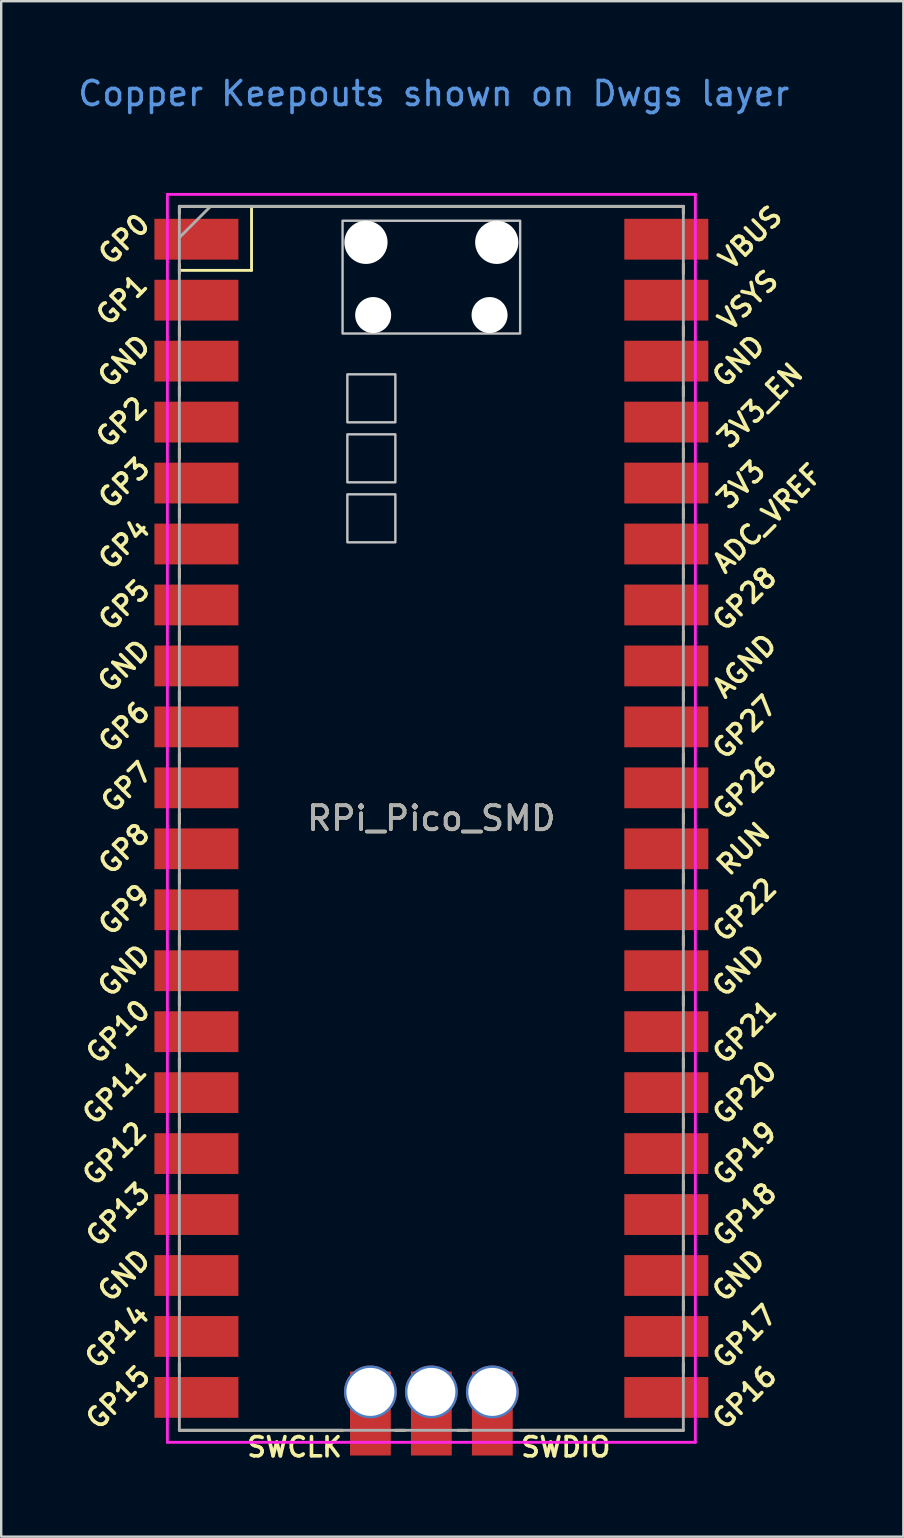
<source format=kicad_pcb>
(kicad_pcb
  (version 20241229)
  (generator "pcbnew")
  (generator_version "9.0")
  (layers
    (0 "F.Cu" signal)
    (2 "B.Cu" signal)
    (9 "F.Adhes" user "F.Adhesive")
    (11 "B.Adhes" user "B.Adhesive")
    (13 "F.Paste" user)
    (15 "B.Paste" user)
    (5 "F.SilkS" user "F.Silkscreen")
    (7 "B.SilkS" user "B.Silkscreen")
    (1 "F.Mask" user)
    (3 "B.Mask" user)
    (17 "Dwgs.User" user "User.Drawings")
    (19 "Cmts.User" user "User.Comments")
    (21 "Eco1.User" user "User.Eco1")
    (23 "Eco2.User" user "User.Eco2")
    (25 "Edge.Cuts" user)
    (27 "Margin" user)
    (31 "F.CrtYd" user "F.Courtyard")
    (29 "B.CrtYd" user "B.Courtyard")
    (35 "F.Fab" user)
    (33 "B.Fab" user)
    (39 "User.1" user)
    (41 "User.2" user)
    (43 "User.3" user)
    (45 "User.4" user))
  (footprint "RPi_Pico_SMD"
    (layer "F.Cu")
    (at 14.924 31.048)
    (property "Reference" "RPi_Pico_SMD" (at 0 0 0) (layer "F.SilkS") (effects (font (size 1 1) (thickness 0.15))))
    (attr through_hole)
    (fp_line (start -10.5 -25.5) (end -10.5 -25.2) (stroke (width 0.12) (type solid)) (layer "F.SilkS"))
    (fp_line (start -10.5 -25.5) (end 10.5 -25.5) (stroke (width 0.12) (type solid)) (layer "F.SilkS"))
    (fp_line (start -10.5 -23.1) (end -10.5 -22.7) (stroke (width 0.12) (type solid)) (layer "F.SilkS"))
    (fp_line (start -10.5 -22.833) (end -7.493 -22.833) (stroke (width 0.12) (type solid)) (layer "F.SilkS"))
    (fp_line (start -10.5 -20.5) (end -10.5 -20.1) (stroke (width 0.12) (type solid)) (layer "F.SilkS"))
    (fp_line (start -10.5 -18) (end -10.5 -17.6) (stroke (width 0.12) (type solid)) (layer "F.SilkS"))
    (fp_line (start -10.5 -15.4) (end -10.5 -15) (stroke (width 0.12) (type solid)) (layer "F.SilkS"))
    (fp_line (start -10.5 -12.9) (end -10.5 -12.5) (stroke (width 0.12) (type solid)) (layer "F.SilkS"))
    (fp_line (start -10.5 -10.4) (end -10.5 -10) (stroke (width 0.12) (type solid)) (layer "F.SilkS"))
    (fp_line (start -10.5 -7.8) (end -10.5 -7.4) (stroke (width 0.12) (type solid)) (layer "F.SilkS"))
    (fp_line (start -10.5 -5.3) (end -10.5 -4.9) (stroke (width 0.12) (type solid)) (layer "F.SilkS"))
    (fp_line (start -10.5 -2.7) (end -10.5 -2.3) (stroke (width 0.12) (type solid)) (layer "F.SilkS"))
    (fp_line (start -10.5 -0.2) (end -10.5 0.2) (stroke (width 0.12) (type solid)) (layer "F.SilkS"))
    (fp_line (start -10.5 2.3) (end -10.5 2.7) (stroke (width 0.12) (type solid)) (layer "F.SilkS"))
    (fp_line (start -10.5 4.9) (end -10.5 5.3) (stroke (width 0.12) (type solid)) (layer "F.SilkS"))
    (fp_line (start -10.5 7.4) (end -10.5 7.8) (stroke (width 0.12) (type solid)) (layer "F.SilkS"))
    (fp_line (start -10.5 10) (end -10.5 10.4) (stroke (width 0.12) (type solid)) (layer "F.SilkS"))
    (fp_line (start -10.5 12.5) (end -10.5 12.9) (stroke (width 0.12) (type solid)) (layer "F.SilkS"))
    (fp_line (start -10.5 15.1) (end -10.5 15.5) (stroke (width 0.12) (type solid)) (layer "F.SilkS"))
    (fp_line (start -10.5 17.6) (end -10.5 18) (stroke (width 0.12) (type solid)) (layer "F.SilkS"))
    (fp_line (start -10.5 20.1) (end -10.5 20.5) (stroke (width 0.12) (type solid)) (layer "F.SilkS"))
    (fp_line (start -10.5 22.7) (end -10.5 23.1) (stroke (width 0.12) (type solid)) (layer "F.SilkS"))
    (fp_line (start -7.493 -22.833) (end -7.493 -25.5) (stroke (width 0.12) (type solid)) (layer "F.SilkS"))
    (fp_line (start -3.7 25.5) (end -10.5 25.5) (stroke (width 0.12) (type solid)) (layer "F.SilkS"))
    (fp_line (start -1.5 25.5) (end -1.1 25.5) (stroke (width 0.12) (type solid)) (layer "F.SilkS"))
    (fp_line (start 1.1 25.5) (end 1.5 25.5) (stroke (width 0.12) (type solid)) (layer "F.SilkS"))
    (fp_line (start 10.5 -25.5) (end 10.5 -25.2) (stroke (width 0.12) (type solid)) (layer "F.SilkS"))
    (fp_line (start 10.5 -23.1) (end 10.5 -22.7) (stroke (width 0.12) (type solid)) (layer "F.SilkS"))
    (fp_line (start 10.5 -20.5) (end 10.5 -20.1) (stroke (width 0.12) (type solid)) (layer "F.SilkS"))
    (fp_line (start 10.5 -18) (end 10.5 -17.6) (stroke (width 0.12) (type solid)) (layer "F.SilkS"))
    (fp_line (start 10.5 -15.4) (end 10.5 -15) (stroke (width 0.12) (type solid)) (layer "F.SilkS"))
    (fp_line (start 10.5 -12.9) (end 10.5 -12.5) (stroke (width 0.12) (type solid)) (layer "F.SilkS"))
    (fp_line (start 10.5 -10.4) (end 10.5 -10) (stroke (width 0.12) (type solid)) (layer "F.SilkS"))
    (fp_line (start 10.5 -7.8) (end 10.5 -7.4) (stroke (width 0.12) (type solid)) (layer "F.SilkS"))
    (fp_line (start 10.5 -5.3) (end 10.5 -4.9) (stroke (width 0.12) (type solid)) (layer "F.SilkS"))
    (fp_line (start 10.5 -2.7) (end 10.5 -2.3) (stroke (width 0.12) (type solid)) (layer "F.SilkS"))
    (fp_line (start 10.5 -0.2) (end 10.5 0.2) (stroke (width 0.12) (type solid)) (layer "F.SilkS"))
    (fp_line (start 10.5 2.3) (end 10.5 2.7) (stroke (width 0.12) (type solid)) (layer "F.SilkS"))
    (fp_line (start 10.5 4.9) (end 10.5 5.3) (stroke (width 0.12) (type solid)) (layer "F.SilkS"))
    (fp_line (start 10.5 7.4) (end 10.5 7.8) (stroke (width 0.12) (type solid)) (layer "F.SilkS"))
    (fp_line (start 10.5 10) (end 10.5 10.4) (stroke (width 0.12) (type solid)) (layer "F.SilkS"))
    (fp_line (start 10.5 12.5) (end 10.5 12.9) (stroke (width 0.12) (type solid)) (layer "F.SilkS"))
    (fp_line (start 10.5 15.1) (end 10.5 15.5) (stroke (width 0.12) (type solid)) (layer "F.SilkS"))
    (fp_line (start 10.5 17.6) (end 10.5 18) (stroke (width 0.12) (type solid)) (layer "F.SilkS"))
    (fp_line (start 10.5 20.1) (end 10.5 20.5) (stroke (width 0.12) (type solid)) (layer "F.SilkS"))
    (fp_line (start 10.5 22.7) (end 10.5 23.1) (stroke (width 0.12) (type solid)) (layer "F.SilkS"))
    (fp_line (start 10.5 25.5) (end 3.7 25.5) (stroke (width 0.12) (type solid)) (layer "F.SilkS"))
    (fp_poly (pts (xy -1.5 -16.5) (xy -3.5 -16.5) (xy -3.5 -18.5) (xy -1.5 -18.5)) (stroke (width 0.1) (type solid)) (fill no) (layer "Dwgs.User"))
    (fp_poly (pts (xy -1.5 -14) (xy -3.5 -14) (xy -3.5 -16) (xy -1.5 -16)) (stroke (width 0.1) (type solid)) (fill no) (layer "Dwgs.User"))
    (fp_poly (pts (xy -1.5 -11.5) (xy -3.5 -11.5) (xy -3.5 -13.5) (xy -1.5 -13.5)) (stroke (width 0.1) (type solid)) (fill no) (layer "Dwgs.User"))
    (fp_poly (pts (xy 3.7 -20.2) (xy -3.7 -20.2) (xy -3.7 -24.9) (xy 3.7 -24.9)) (stroke (width 0.1) (type solid)) (fill no) (layer "Dwgs.User"))
    (fp_line (start -11 -26) (end 11 -26) (stroke (width 0.12) (type solid)) (layer "F.CrtYd"))
    (fp_line (start -11 26) (end -11 -26) (stroke (width 0.12) (type solid)) (layer "F.CrtYd"))
    (fp_line (start 11 -26) (end 11 26) (stroke (width 0.12) (type solid)) (layer "F.CrtYd"))
    (fp_line (start 11 26) (end -11 26) (stroke (width 0.12) (type solid)) (layer "F.CrtYd"))
    (fp_line (start -10.5 -25.5) (end 10.5 -25.5) (stroke (width 0.12) (type solid)) (layer "F.Fab"))
    (fp_line (start -10.5 -24.2) (end -9.2 -25.5) (stroke (width 0.12) (type solid)) (layer "F.Fab"))
    (fp_line (start -10.5 25.5) (end -10.5 -25.5) (stroke (width 0.12) (type solid)) (layer "F.Fab"))
    (fp_line (start 10.5 -25.5) (end 10.5 25.5) (stroke (width 0.12) (type solid)) (layer "F.Fab"))
    (fp_line (start 10.5 25.5) (end -10.5 25.5) (stroke (width 0.12) (type solid)) (layer "F.Fab"))
    (fp_text user "GP13" (at -13.054 16.51 45) (layer "F.SilkS") (effects (font (size 0.8 0.8) (thickness 0.15))))
    (fp_text user "GP4" (at -12.8 -11.43 45) (layer "F.SilkS") (effects (font (size 0.8 0.8) (thickness 0.15))))
    (fp_text user "GP18" (at 13.054 16.51 45) (layer "F.SilkS") (effects (font (size 0.8 0.8) (thickness 0.15))))
    (fp_text user "GP21" (at 13.054 8.9 45) (layer "F.SilkS") (effects (font (size 0.8 0.8) (thickness 0.15))))
    (fp_text user "3V3" (at 12.9 -13.9 45) (layer "F.SilkS") (effects (font (size 0.8 0.8) (thickness 0.15))))
    (fp_text user "GP16" (at 13.054 24.13 45) (layer "F.SilkS") (effects (font (size 0.8 0.8) (thickness 0.15))))
    (fp_text user "GND" (at 12.8 19.05 45) (layer "F.SilkS") (effects (font (size 0.8 0.8) (thickness 0.15))))
    (fp_text user "GP14" (at -13.1 21.59 45) (layer "F.SilkS") (effects (font (size 0.8 0.8) (thickness 0.15))))
    (fp_text user "AGND" (at 13.054 -6.35 45) (layer "F.SilkS") (effects (font (size 0.8 0.8) (thickness 0.15))))
    (fp_text user "GND" (at -12.8 -6.35 45) (layer "F.SilkS") (effects (font (size 0.8 0.8) (thickness 0.15))))
    (fp_text user "GP22" (at 13.054 3.81 45) (layer "F.SilkS") (effects (font (size 0.8 0.8) (thickness 0.15))))
    (fp_text user "GND" (at 12.8 6.35 45) (layer "F.SilkS") (effects (font (size 0.8 0.8) (thickness 0.15))))
    (fp_text user "GP9" (at -12.8 3.81 45) (layer "F.SilkS") (effects (font (size 0.8 0.8) (thickness 0.15))))
    (fp_text user "GP7" (at -12.7 -1.3 45) (layer "F.SilkS") (effects (font (size 0.8 0.8) (thickness 0.15))))
    (fp_text user "GND" (at -12.8 19.05 45) (layer "F.SilkS") (effects (font (size 0.8 0.8) (thickness 0.15))))
    (fp_text user "GP19" (at 13.054 13.97 45) (layer "F.SilkS") (effects (font (size 0.8 0.8) (thickness 0.15))))
    (fp_text user "GP28" (at 13.054 -9.144 45) (layer "F.SilkS") (effects (font (size 0.8 0.8) (thickness 0.15))))
    (fp_text user "GP10" (at -13.054 8.89 45) (layer "F.SilkS") (effects (font (size 0.8 0.8) (thickness 0.15))))
    (fp_text user "VSYS" (at 13.2 -21.59 45) (layer "F.SilkS") (effects (font (size 0.8 0.8) (thickness 0.15))))
    (fp_text user "GND" (at -12.8 6.35 45) (layer "F.SilkS") (effects (font (size 0.8 0.8) (thickness 0.15))))
    (fp_text user "GP5" (at -12.8 -8.89 45) (layer "F.SilkS") (effects (font (size 0.8 0.8) (thickness 0.15))))
    (fp_text user "GP1" (at -12.9 -21.6 45) (layer "F.SilkS") (effects (font (size 0.8 0.8) (thickness 0.15))))
    (fp_text user "SWDIO" (at 5.6 26.2 0) (layer "F.SilkS") (effects (font (size 0.8 0.8) (thickness 0.15))))
    (fp_text user "GP11" (at -13.2 11.43 45) (layer "F.SilkS") (effects (font (size 0.8 0.8) (thickness 0.15))))
    (fp_text user "GP0" (at -12.8 -24.13 45) (layer "F.SilkS") (effects (font (size 0.8 0.8) (thickness 0.15))))
    (fp_text user "GP3" (at -12.8 -13.97 45) (layer "F.SilkS") (effects (font (size 0.8 0.8) (thickness 0.15))))
    (fp_text user "GP2" (at -12.9 -16.51 45) (layer "F.SilkS") (effects (font (size 0.8 0.8) (thickness 0.15))))
    (fp_text user "GP17" (at 13.054 21.59 45) (layer "F.SilkS") (effects (font (size 0.8 0.8) (thickness 0.15))))
    (fp_text user "GND" (at -12.8 -19.05 45) (layer "F.SilkS") (effects (font (size 0.8 0.8) (thickness 0.15))))
    (fp_text user "GND" (at 12.8 -19.05 45) (layer "F.SilkS") (effects (font (size 0.8 0.8) (thickness 0.15))))
    (fp_text user "GP26" (at 13.054 -1.27 45) (layer "F.SilkS") (effects (font (size 0.8 0.8) (thickness 0.15))))
    (fp_text user "GP15" (at -13.054 24.13 45) (layer "F.SilkS") (effects (font (size 0.8 0.8) (thickness 0.15))))
    (fp_text user "3V3_EN" (at 13.7 -17.2 45) (layer "F.SilkS") (effects (font (size 0.8 0.8) (thickness 0.15))))
    (fp_text user "ADC_VREF" (at 14 -12.5 45) (layer "F.SilkS") (effects (font (size 0.8 0.8) (thickness 0.15))))
    (fp_text user "GP12" (at -13.2 13.97 45) (layer "F.SilkS") (effects (font (size 0.8 0.8) (thickness 0.15))))
    (fp_text user "GP6" (at -12.8 -3.81 45) (layer "F.SilkS") (effects (font (size 0.8 0.8) (thickness 0.15))))
    (fp_text user "SWCLK" (at -5.7 26.2 0) (layer "F.SilkS") (effects (font (size 0.8 0.8) (thickness 0.15))))
    (fp_text user "GP20" (at 13.054 11.43 45) (layer "F.SilkS") (effects (font (size 0.8 0.8) (thickness 0.15))))
    (fp_text user "RUN" (at 13 1.27 45) (layer "F.SilkS") (effects (font (size 0.8 0.8) (thickness 0.15))))
    (fp_text user "VBUS" (at 13.3 -24.2 45) (layer "F.SilkS") (effects (font (size 0.8 0.8) (thickness 0.15))))
    (fp_text user "GP8" (at -12.8 1.27 45) (layer "F.SilkS") (effects (font (size 0.8 0.8) (thickness 0.15))))
    (fp_text user "GP27" (at 13.054 -3.8 45) (layer "F.SilkS") (effects (font (size 0.8 0.8) (thickness 0.15))))
    (fp_text user "Copper Keepouts shown on Dwgs layer" (at 0.1 -30.2 0) (layer "Cmts.User") (effects (font (size 1 1) (thickness 0.15))))
    (fp_text user "${REFERENCE}" (at 0 0 180) (layer "F.Fab") (effects (font (size 1 1) (thickness 0.15))))
    (pad "" np_thru_hole oval (at -2.725 -24) (size 1.8 1.8) (drill 1.8) (layers "*.Cu" "*.Mask"))
    (pad "" np_thru_hole oval (at -2.54 23.9) (size 2.2 2.2) (drill 2) (layers "*.Cu"))
    (pad "" np_thru_hole oval (at -2.425 -20.97) (size 1.5 1.5) (drill 1.5) (layers "*.Cu" "*.Mask"))
    (pad "" np_thru_hole oval (at 0 23.9) (size 2.2 2.2) (drill 2) (layers "*.Cu"))
    (pad "" np_thru_hole oval (at 2.425 -20.97) (size 1.5 1.5) (drill 1.5) (layers "*.Cu" "*.Mask"))
    (pad "" np_thru_hole oval (at 2.54 23.9) (size 2.2 2.2) (drill 2) (layers "*.Cu"))
    (pad "" np_thru_hole oval (at 2.725 -24) (size 1.8 1.8) (drill 1.8) (layers "*.Cu" "*.Mask"))
    (pad "1" smd rect (at -8.89 -24.13) (size 3.5 1.7) (drill (offset -0.9 0)) (layers "F.Cu" "F.Mask"))
    (pad "2" smd rect (at -8.89 -21.59) (size 3.5 1.7) (drill (offset -0.9 0)) (layers "F.Cu" "F.Mask"))
    (pad "3" smd rect (at -8.89 -19.05) (size 3.5 1.7) (drill (offset -0.9 0)) (layers "F.Cu" "F.Mask"))
    (pad "4" smd rect (at -8.89 -16.51) (size 3.5 1.7) (drill (offset -0.9 0)) (layers "F.Cu" "F.Mask"))
    (pad "5" smd rect (at -8.89 -13.97) (size 3.5 1.7) (drill (offset -0.9 0)) (layers "F.Cu" "F.Mask"))
    (pad "6" smd rect (at -8.89 -11.43) (size 3.5 1.7) (drill (offset -0.9 0)) (layers "F.Cu" "F.Mask"))
    (pad "7" smd rect (at -8.89 -8.89) (size 3.5 1.7) (drill (offset -0.9 0)) (layers "F.Cu" "F.Mask"))
    (pad "8" smd rect (at -8.89 -6.35) (size 3.5 1.7) (drill (offset -0.9 0)) (layers "F.Cu" "F.Mask"))
    (pad "9" smd rect (at -8.89 -3.81) (size 3.5 1.7) (drill (offset -0.9 0)) (layers "F.Cu" "F.Mask"))
    (pad "10" smd rect (at -8.89 -1.27) (size 3.5 1.7) (drill (offset -0.9 0)) (layers "F.Cu" "F.Mask"))
    (pad "11" smd rect (at -8.89 1.27) (size 3.5 1.7) (drill (offset -0.9 0)) (layers "F.Cu" "F.Mask"))
    (pad "12" smd rect (at -8.89 3.81) (size 3.5 1.7) (drill (offset -0.9 0)) (layers "F.Cu" "F.Mask"))
    (pad "13" smd rect (at -8.89 6.35) (size 3.5 1.7) (drill (offset -0.9 0)) (layers "F.Cu" "F.Mask"))
    (pad "14" smd rect (at -8.89 8.89) (size 3.5 1.7) (drill (offset -0.9 0)) (layers "F.Cu" "F.Mask"))
    (pad "15" smd rect (at -8.89 11.43) (size 3.5 1.7) (drill (offset -0.9 0)) (layers "F.Cu" "F.Mask"))
    (pad "16" smd rect (at -8.89 13.97) (size 3.5 1.7) (drill (offset -0.9 0)) (layers "F.Cu" "F.Mask"))
    (pad "17" smd rect (at -8.89 16.51) (size 3.5 1.7) (drill (offset -0.9 0)) (layers "F.Cu" "F.Mask"))
    (pad "18" smd rect (at -8.89 19.05) (size 3.5 1.7) (drill (offset -0.9 0)) (layers "F.Cu" "F.Mask"))
    (pad "19" smd rect (at -8.89 21.59) (size 3.5 1.7) (drill (offset -0.9 0)) (layers "F.Cu" "F.Mask"))
    (pad "20" smd rect (at -8.89 24.13) (size 3.5 1.7) (drill (offset -0.9 0)) (layers "F.Cu" "F.Mask"))
    (pad "21" smd rect (at 8.89 24.13) (size 3.5 1.7) (drill (offset 0.9 0)) (layers "F.Cu" "F.Mask"))
    (pad "22" smd rect (at 8.89 21.59) (size 3.5 1.7) (drill (offset 0.9 0)) (layers "F.Cu" "F.Mask"))
    (pad "23" smd rect (at 8.89 19.05) (size 3.5 1.7) (drill (offset 0.9 0)) (layers "F.Cu" "F.Mask"))
    (pad "24" smd rect (at 8.89 16.51) (size 3.5 1.7) (drill (offset 0.9 0)) (layers "F.Cu" "F.Mask"))
    (pad "25" smd rect (at 8.89 13.97) (size 3.5 1.7) (drill (offset 0.9 0)) (layers "F.Cu" "F.Mask"))
    (pad "26" smd rect (at 8.89 11.43) (size 3.5 1.7) (drill (offset 0.9 0)) (layers "F.Cu" "F.Mask"))
    (pad "27" smd rect (at 8.89 8.89) (size 3.5 1.7) (drill (offset 0.9 0)) (layers "F.Cu" "F.Mask"))
    (pad "28" smd rect (at 8.89 6.35) (size 3.5 1.7) (drill (offset 0.9 0)) (layers "F.Cu" "F.Mask"))
    (pad "29" smd rect (at 8.89 3.81) (size 3.5 1.7) (drill (offset 0.9 0)) (layers "F.Cu" "F.Mask"))
    (pad "30" smd rect (at 8.89 1.27) (size 3.5 1.7) (drill (offset 0.9 0)) (layers "F.Cu" "F.Mask"))
    (pad "31" smd rect (at 8.89 -1.27) (size 3.5 1.7) (drill (offset 0.9 0)) (layers "F.Cu" "F.Mask"))
    (pad "32" smd rect (at 8.89 -3.81) (size 3.5 1.7) (drill (offset 0.9 0)) (layers "F.Cu" "F.Mask"))
    (pad "33" smd rect (at 8.89 -6.35) (size 3.5 1.7) (drill (offset 0.9 0)) (layers "F.Cu" "F.Mask"))
    (pad "34" smd rect (at 8.89 -8.89) (size 3.5 1.7) (drill (offset 0.9 0)) (layers "F.Cu" "F.Mask"))
    (pad "35" smd rect (at 8.89 -11.43) (size 3.5 1.7) (drill (offset 0.9 0)) (layers "F.Cu" "F.Mask"))
    (pad "36" smd rect (at 8.89 -13.97) (size 3.5 1.7) (drill (offset 0.9 0)) (layers "F.Cu" "F.Mask"))
    (pad "37" smd rect (at 8.89 -16.51) (size 3.5 1.7) (drill (offset 0.9 0)) (layers "F.Cu" "F.Mask"))
    (pad "38" smd rect (at 8.89 -19.05) (size 3.5 1.7) (drill (offset 0.9 0)) (layers "F.Cu" "F.Mask"))
    (pad "39" smd rect (at 8.89 -21.59) (size 3.5 1.7) (drill (offset 0.9 0)) (layers "F.Cu" "F.Mask"))
    (pad "40" smd rect (at 8.89 -24.13) (size 3.5 1.7) (drill (offset 0.9 0)) (layers "F.Cu" "F.Mask"))
    (pad "41" smd rect (at -2.54 23.9 90) (size 3.5 1.7) (drill (offset -0.9 0)) (layers "F.Cu" "F.Mask"))
    (pad "42" smd rect (at 0 23.9 90) (size 3.5 1.7) (drill (offset -0.9 0)) (layers "F.Cu" "F.Mask"))
    (pad "43" smd rect (at 2.54 23.9 90) (size 3.5 1.7) (drill (offset -0.9 0)) (layers "F.Cu" "F.Mask")))
  (gr_rect
    (start -3 -3)
    (end 34.591 60.98)
    (stroke (width 0.1) (type default))
    (fill no)
    (layer "Edge.Cuts")))
</source>
